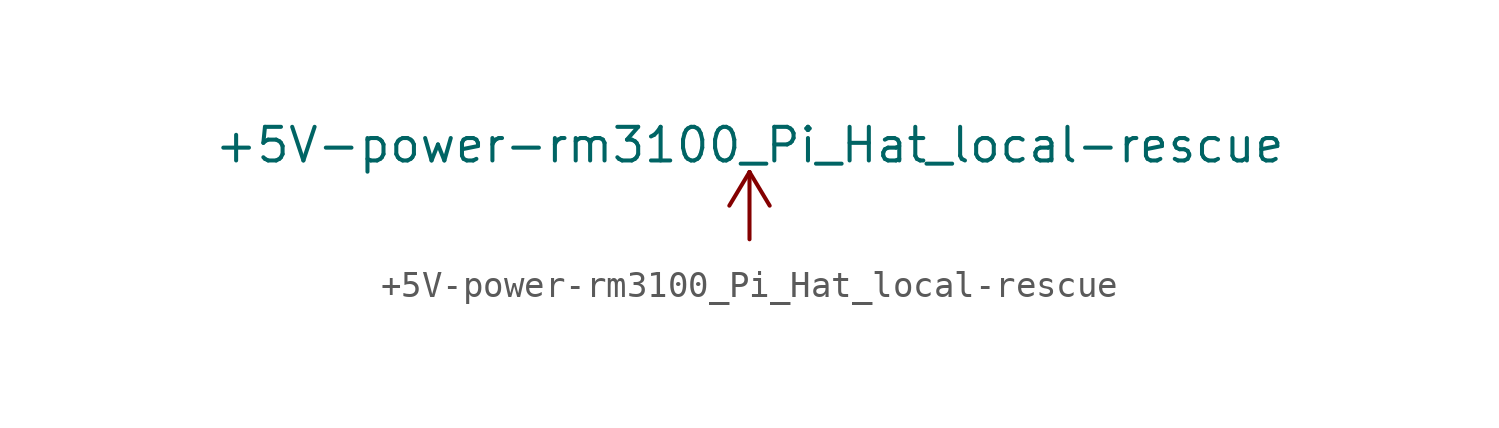
<source format=kicad_sym>
(kicad_symbol_lib
  (version 20220914)
  (generator kicad_symbol_editor)
  (symbol "+5V-power-rm3100_Pi_Hat_local-rescue"
    (power)
    (pin_names
      (offset 0))
    (property "Reference" "#PWR"
      (at 0 -3.81 0)
      (effects (font (size 1.27 1.27)) hide))
    (property "Value" "+5V-power-rm3100_Pi_Hat_local-rescue"
      (at 0 3.556 0)
      (effects (font (size 1.27 1.27))))
    (symbol "+5V-power-rm3100_Pi_Hat_local-rescue_0_1"
      (polyline (pts (xy -0.762 1.27) (xy 0 2.54)) (stroke (width 0) (type solid)) (fill (type none)))
      (polyline (pts (xy 0 0) (xy 0 2.54)) (stroke (width 0) (type solid)) (fill (type none)))
      (polyline (pts (xy 0 2.54) (xy 0.762 1.27)) (stroke (width 0) (type solid)) (fill (type none))))
    (symbol "+5V-power-rm3100_Pi_Hat_local-rescue_1_1"
      (pin power_in line (at 0 0 90) (length 0) hide (name "+5V" (effects (font (size 1.27 1.27)))) (number "1" (effects (font (size 1.27 1.27))))))))
</source>
